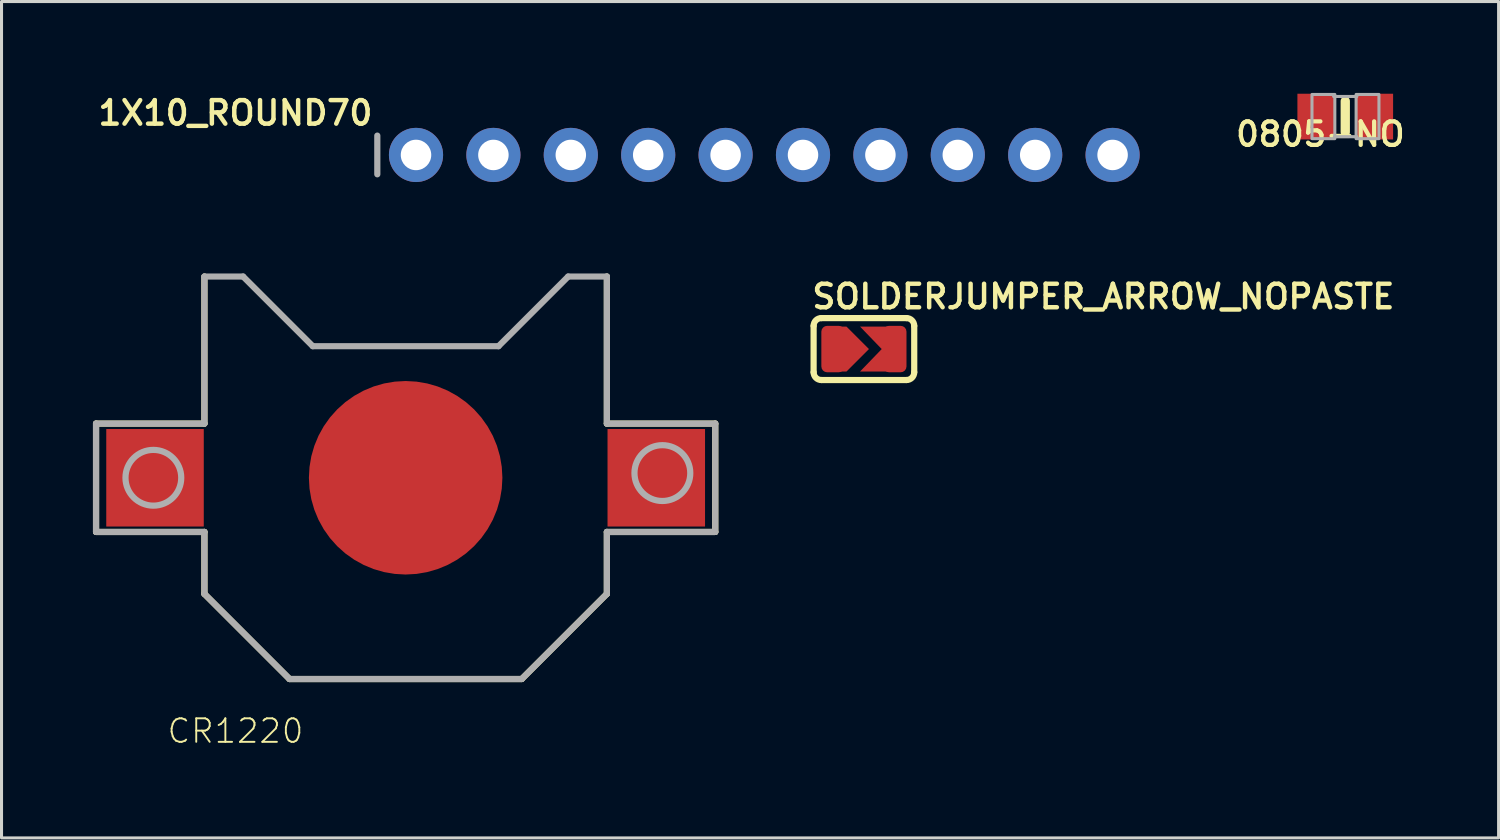
<source format=kicad_pcb>
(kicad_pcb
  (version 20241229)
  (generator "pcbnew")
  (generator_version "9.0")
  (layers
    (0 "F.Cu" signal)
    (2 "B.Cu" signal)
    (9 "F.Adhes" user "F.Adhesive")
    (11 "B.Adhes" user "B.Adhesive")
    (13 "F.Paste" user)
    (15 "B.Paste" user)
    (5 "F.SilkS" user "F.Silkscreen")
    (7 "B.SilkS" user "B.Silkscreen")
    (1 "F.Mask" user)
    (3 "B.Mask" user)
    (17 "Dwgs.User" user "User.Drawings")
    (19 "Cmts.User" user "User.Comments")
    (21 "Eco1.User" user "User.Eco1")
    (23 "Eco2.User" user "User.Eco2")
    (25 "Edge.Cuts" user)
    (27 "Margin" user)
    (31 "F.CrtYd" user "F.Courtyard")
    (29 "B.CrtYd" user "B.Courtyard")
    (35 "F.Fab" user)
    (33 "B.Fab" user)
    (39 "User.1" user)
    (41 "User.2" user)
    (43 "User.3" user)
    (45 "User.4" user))
  (footprint "SOLDERJUMPER_ARROW_NOPASTE"
    (layer "F.Cu")
    (at 25.301 8.405)
    (property "Reference" "SOLDERJUMPER_ARROW_NOPASTE" (at -1.778 -1.27 0) (layer "F.SilkS") (effects (font (size 0.772 0.772) (thickness 0.146)) (justify left bottom)))
    (attr through_hole)
    (fp_poly (pts (xy -1.143 -0.737) (xy -0.572 -0.737) (xy 0.165 0) (xy -0.572 0.737) (xy -1.143 0.737)) (stroke (width 0) (type solid)) (fill yes) (layer "F.Cu"))
    (fp_poly (pts (xy -0.127 -0.737) (xy 0.584 0) (xy -0.127 0.737) (xy 1.143 0.737) (xy 1.143 -0.737)) (stroke (width 0) (type solid)) (fill yes) (layer "F.Cu"))
    (fp_poly (pts (xy -1.46 0.826) (xy 1.46 0.826) (xy 1.46 -0.826) (xy -1.46 -0.826)) (stroke (width 0) (type solid)) (fill yes) (layer "F.Mask"))
    (fp_line (start -1.651 0.762) (end -1.651 -0.762) (stroke (width 0.203) (type solid)) (layer "F.SilkS"))
    (fp_line (start -1.397 -1.016) (end 1.397 -1.016) (stroke (width 0.203) (type solid)) (layer "F.SilkS"))
    (fp_line (start 1.397 1.016) (end -1.397 1.016) (stroke (width 0.203) (type solid)) (layer "F.SilkS"))
    (fp_line (start 1.651 0.762) (end 1.651 -0.762) (stroke (width 0.203) (type solid)) (layer "F.SilkS"))
    (fp_arc (start -1.651 -0.762) (mid -1.576605 -0.941605) (end -1.397 -1.016) (stroke (width 0.2032) (type solid)) (layer "F.SilkS"))
    (fp_arc (start -1.397 1.016) (mid -1.576605 0.941605) (end -1.651 0.762) (stroke (width 0.2032) (type solid)) (layer "F.SilkS"))
    (fp_arc (start 1.397 -1.016) (mid 1.576605 -0.941605) (end 1.651 -0.762) (stroke (width 0.2032) (type solid)) (layer "F.SilkS"))
    (fp_arc (start 1.651 0.762) (mid 1.576605 0.941605) (end 1.397 1.016) (stroke (width 0.2032) (type solid)) (layer "F.SilkS"))
    (pad "1" smd roundrect (at -1.016 0) (size 0.762 1.524) (layers "F.Cu" "F.Mask") (roundrect_rratio 0.25))
    (pad "2" smd roundrect (at 1.016 0) (size 0.762 1.524) (layers "F.Cu" "F.Mask") (roundrect_rratio 0.25)))
  (footprint "1X10_ROUND70"
    (layer "F.Cu")
    (at 22.032 2.035)
    (property "Reference" "1X10_ROUND70" (at -12.776 -1.829 0) (layer "F.SilkS") (effects (font (size 0.772 0.772) (thickness 0.146)) (justify right top)))
    (attr through_hole)
    (fp_line (start -12.7 -0.635) (end -12.7 0.635) (stroke (width 0.203) (type solid)) (layer "F.Fab"))
    (fp_poly (pts (xy -11.684 0.254) (xy -11.176 0.254) (xy -11.176 -0.254) (xy -11.684 -0.254)) (stroke (width 0.1) (type solid)) (fill no) (layer "F.Fab"))
    (fp_poly (pts (xy -9.144 0.254) (xy -8.636 0.254) (xy -8.636 -0.254) (xy -9.144 -0.254)) (stroke (width 0.1) (type solid)) (fill no) (layer "F.Fab"))
    (fp_poly (pts (xy -6.604 0.254) (xy -6.096 0.254) (xy -6.096 -0.254) (xy -6.604 -0.254)) (stroke (width 0.1) (type solid)) (fill no) (layer "F.Fab"))
    (fp_poly (pts (xy -4.064 0.254) (xy -3.556 0.254) (xy -3.556 -0.254) (xy -4.064 -0.254)) (stroke (width 0.1) (type solid)) (fill no) (layer "F.Fab"))
    (fp_poly (pts (xy -1.524 0.254) (xy -1.016 0.254) (xy -1.016 -0.254) (xy -1.524 -0.254)) (stroke (width 0.1) (type solid)) (fill no) (layer "F.Fab"))
    (fp_poly (pts (xy 1.016 0.254) (xy 1.524 0.254) (xy 1.524 -0.254) (xy 1.016 -0.254)) (stroke (width 0.1) (type solid)) (fill no) (layer "F.Fab"))
    (fp_poly (pts (xy 3.556 0.254) (xy 4.064 0.254) (xy 4.064 -0.254) (xy 3.556 -0.254)) (stroke (width 0.1) (type solid)) (fill no) (layer "F.Fab"))
    (fp_poly (pts (xy 6.096 0.254) (xy 6.604 0.254) (xy 6.604 -0.254) (xy 6.096 -0.254)) (stroke (width 0.1) (type solid)) (fill no) (layer "F.Fab"))
    (fp_poly (pts (xy 8.636 0.254) (xy 9.144 0.254) (xy 9.144 -0.254) (xy 8.636 -0.254)) (stroke (width 0.1) (type solid)) (fill no) (layer "F.Fab"))
    (fp_poly (pts (xy 11.176 0.254) (xy 11.684 0.254) (xy 11.684 -0.254) (xy 11.176 -0.254)) (stroke (width 0.1) (type solid)) (fill no) (layer "F.Fab"))
    (pad "1" thru_hole circle (at -11.43 0 90) (size 1.778 1.778) (drill 1) (layers "*.Cu" "*.Mask"))
    (pad "2" thru_hole circle (at -8.89 0 90) (size 1.778 1.778) (drill 1) (layers "*.Cu" "*.Mask"))
    (pad "3" thru_hole circle (at -6.35 0 90) (size 1.778 1.778) (drill 1) (layers "*.Cu" "*.Mask"))
    (pad "4" thru_hole circle (at -3.81 0 90) (size 1.778 1.778) (drill 1) (layers "*.Cu" "*.Mask"))
    (pad "5" thru_hole circle (at -1.27 0 90) (size 1.778 1.778) (drill 1) (layers "*.Cu" "*.Mask"))
    (pad "6" thru_hole circle (at 1.27 0 90) (size 1.778 1.778) (drill 1) (layers "*.Cu" "*.Mask"))
    (pad "7" thru_hole circle (at 3.81 0 90) (size 1.778 1.778) (drill 1) (layers "*.Cu" "*.Mask"))
    (pad "8" thru_hole circle (at 6.35 0 90) (size 1.778 1.778) (drill 1) (layers "*.Cu" "*.Mask"))
    (pad "9" thru_hole circle (at 8.89 0 90) (size 1.778 1.778) (drill 1) (layers "*.Cu" "*.Mask"))
    (pad "10" thru_hole circle (at 11.43 0 90) (size 1.778 1.778) (drill 1) (layers "*.Cu" "*.Mask")))
  (footprint "CR1220"
    (layer "F.Cu")
    (at 10.262 12.629)
    (property "Reference" "CR1220" (at -3.302 7.86 180) (layer "F.SilkS") (effects (font (size 0.772 0.772) (thickness 0.062)) (justify right top)))
    (attr through_hole)
    (fp_circle (center 0 0) (end 3.141 0) (stroke (width 6.282) (type solid)) (fill no) (layer "F.Mask"))
    (fp_line (start -10.16 -1.778) (end -10.16 1.778) (stroke (width 0.203) (type solid)) (layer "F.SilkS"))
    (fp_line (start -10.16 1.778) (end -6.604 1.778) (stroke (width 0.203) (type solid)) (layer "F.SilkS"))
    (fp_line (start -6.604 -6.604) (end -6.604 -1.778) (stroke (width 0.203) (type solid)) (layer "F.SilkS"))
    (fp_line (start -6.604 -1.778) (end -10.16 -1.778) (stroke (width 0.203) (type solid)) (layer "F.SilkS"))
    (fp_line (start -6.604 1.778) (end -6.604 3.81) (stroke (width 0.203) (type solid)) (layer "F.SilkS"))
    (fp_line (start -6.604 3.81) (end -3.81 6.604) (stroke (width 0.203) (type solid)) (layer "F.SilkS"))
    (fp_line (start -3.81 6.604) (end 3.81 6.604) (stroke (width 0.203) (type solid)) (layer "F.SilkS"))
    (fp_line (start 3.81 6.604) (end 6.604 3.81) (stroke (width 0.203) (type solid)) (layer "F.SilkS"))
    (fp_line (start 6.604 -1.778) (end 6.604 -6.604) (stroke (width 0.203) (type solid)) (layer "F.SilkS"))
    (fp_line (start 6.604 1.778) (end 10.16 1.778) (stroke (width 0.203) (type solid)) (layer "F.SilkS"))
    (fp_line (start 6.604 3.81) (end 6.604 1.778) (stroke (width 0.203) (type solid)) (layer "F.SilkS"))
    (fp_line (start 10.16 -1.778) (end 6.604 -1.778) (stroke (width 0.203) (type solid)) (layer "F.SilkS"))
    (fp_line (start 10.16 1.778) (end 10.16 -1.778) (stroke (width 0.203) (type solid)) (layer "F.SilkS"))
    (fp_line (start -10.16 -1.778) (end -10.16 1.778) (stroke (width 0.203) (type solid)) (layer "F.Fab"))
    (fp_line (start -10.16 1.778) (end -6.604 1.778) (stroke (width 0.203) (type solid)) (layer "F.Fab"))
    (fp_line (start -6.604 -6.604) (end -6.604 -1.778) (stroke (width 0.203) (type solid)) (layer "F.Fab"))
    (fp_line (start -6.604 -1.778) (end -10.16 -1.778) (stroke (width 0.203) (type solid)) (layer "F.Fab"))
    (fp_line (start -6.604 1.778) (end -6.604 3.81) (stroke (width 0.203) (type solid)) (layer "F.Fab"))
    (fp_line (start -6.604 3.81) (end -3.81 6.604) (stroke (width 0.203) (type solid)) (layer "F.Fab"))
    (fp_line (start -5.334 -6.604) (end -6.604 -6.604) (stroke (width 0.203) (type solid)) (layer "F.Fab"))
    (fp_line (start -3.81 6.604) (end 3.81 6.604) (stroke (width 0.203) (type solid)) (layer "F.Fab"))
    (fp_line (start -3.048 -4.318) (end -5.334 -6.604) (stroke (width 0.203) (type solid)) (layer "F.Fab"))
    (fp_line (start 3.048 -4.318) (end -3.048 -4.318) (stroke (width 0.203) (type solid)) (layer "F.Fab"))
    (fp_line (start 3.81 6.604) (end 6.604 3.81) (stroke (width 0.203) (type solid)) (layer "F.Fab"))
    (fp_line (start 5.334 -6.604) (end 3.048 -4.318) (stroke (width 0.203) (type solid)) (layer "F.Fab"))
    (fp_line (start 6.604 -6.604) (end 5.334 -6.604) (stroke (width 0.203) (type solid)) (layer "F.Fab"))
    (fp_line (start 6.604 -1.778) (end 6.604 -6.604) (stroke (width 0.203) (type solid)) (layer "F.Fab"))
    (fp_line (start 6.604 1.778) (end 10.16 1.778) (stroke (width 0.203) (type solid)) (layer "F.Fab"))
    (fp_line (start 6.604 3.81) (end 6.604 1.778) (stroke (width 0.203) (type solid)) (layer "F.Fab"))
    (fp_line (start 10.16 -1.778) (end 6.604 -1.778) (stroke (width 0.203) (type solid)) (layer "F.Fab"))
    (fp_line (start 10.16 1.778) (end 10.16 -1.778) (stroke (width 0.203) (type solid)) (layer "F.Fab"))
    (fp_circle (center -8.279 0) (end -7.364 0) (stroke (width 0.203) (type solid)) (fill no) (layer "F.Fab"))
    (fp_circle (center 8.425 -0.154) (end 9.341 -0.154) (stroke (width 0.203) (type solid)) (fill no) (layer "F.Fab"))
    (pad "+$1" smd rect (at -8.225 0) (size 3.2 3.2) (layers "F.Cu" "F.Mask" "F.Paste"))
    (pad "+$2" smd rect (at 8.225 0) (size 3.2 3.2) (layers "F.Cu" "F.Mask" "F.Paste"))
    (pad "-" smd roundrect (at 0 0) (size 6.35 6.35) (layers "F.Cu" "F.Mask") (roundrect_rratio 0.5)))
  (footprint "0805-NO"
    (layer "F.Cu")
    (at 41.097 0.776)
    (property "Reference" "0805-NO" (at 2.032 0.127 180) (layer "F.SilkS") (effects (font (size 0.772 0.772) (thickness 0.139)) (justify right top)))
    (attr through_hole)
    (fp_line (start 0 -0.508) (end 0 0.508) (stroke (width 0.305) (type solid)) (layer "F.SilkS"))
    (fp_line (start -0.381 -0.66) (end 0.381 -0.66) (stroke (width 0.102) (type solid)) (layer "F.Fab"))
    (fp_line (start -0.356 0.66) (end 0.381 0.66) (stroke (width 0.102) (type solid)) (layer "F.Fab"))
    (fp_poly (pts (xy -1.092 0.724) (xy -0.342 0.724) (xy -0.342 -0.726) (xy -1.092 -0.726)) (stroke (width 0.1) (type solid)) (fill no) (layer "F.Fab"))
    (fp_poly (pts (xy 0.356 0.724) (xy 1.106 0.724) (xy 1.106 -0.726) (xy 0.356 -0.726)) (stroke (width 0.1) (type solid)) (fill no) (layer "F.Fab"))
    (pad "1" smd rect (at -0.95 0) (size 1.24 1.5) (layers "F.Cu" "F.Mask" "F.Paste"))
    (pad "2" smd rect (at 0.95 0) (size 1.24 1.5) (layers "F.Cu" "F.Mask" "F.Paste")))
  (gr_rect
    (start -3 -3)
    (end 46.129 24.447)
    (stroke (width 0.1) (type default))
    (fill no)
    (layer "Edge.Cuts")))
</source>
